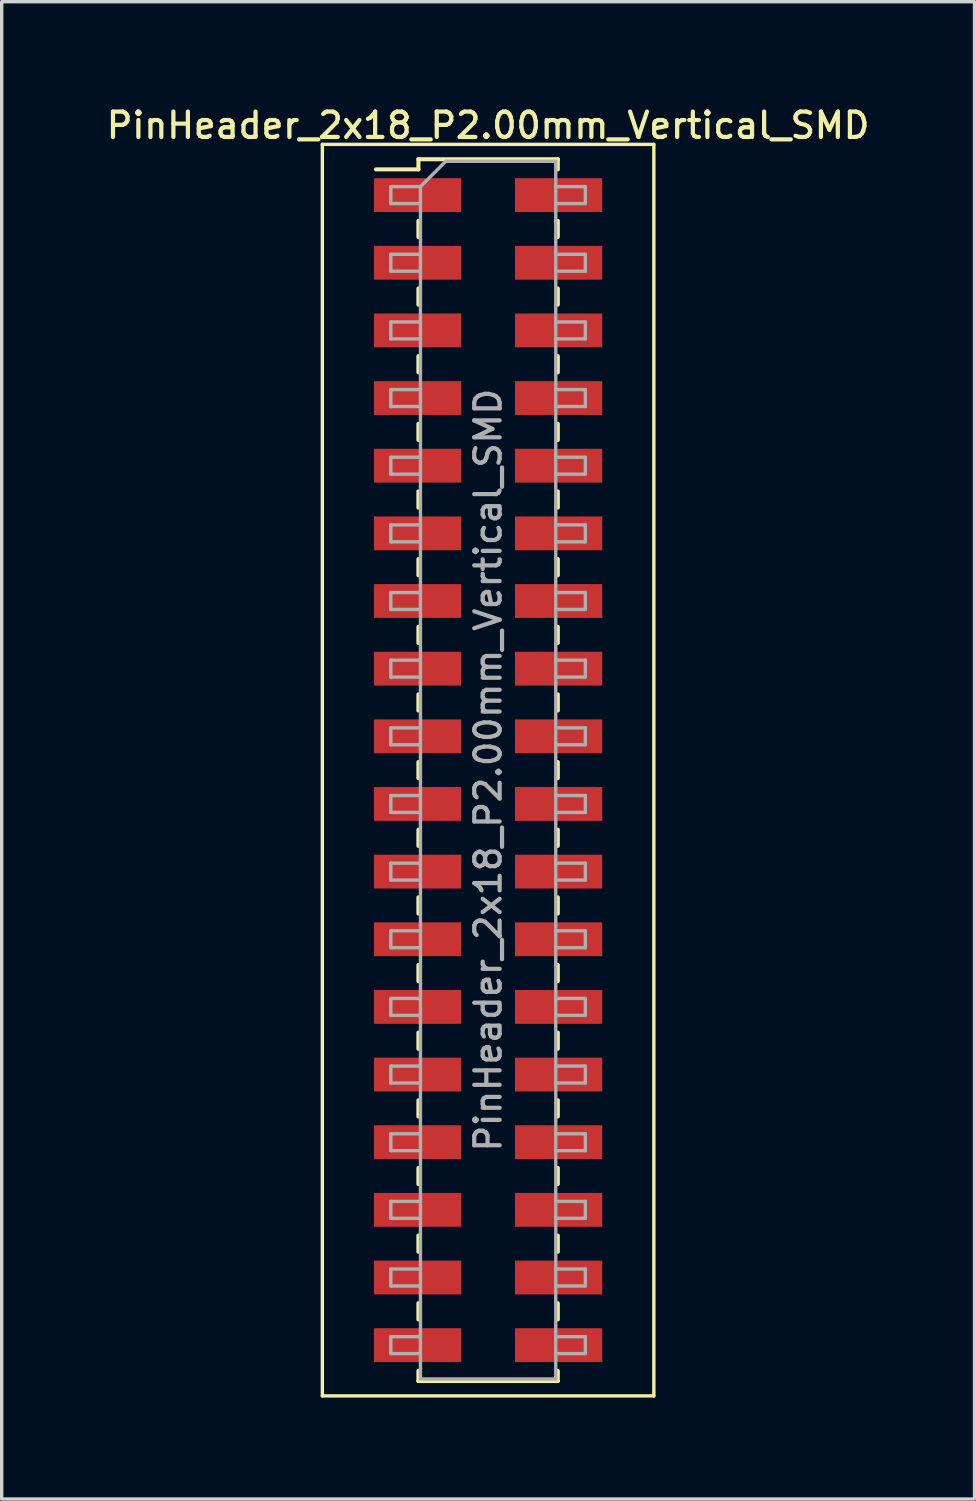
<source format=kicad_pcb>
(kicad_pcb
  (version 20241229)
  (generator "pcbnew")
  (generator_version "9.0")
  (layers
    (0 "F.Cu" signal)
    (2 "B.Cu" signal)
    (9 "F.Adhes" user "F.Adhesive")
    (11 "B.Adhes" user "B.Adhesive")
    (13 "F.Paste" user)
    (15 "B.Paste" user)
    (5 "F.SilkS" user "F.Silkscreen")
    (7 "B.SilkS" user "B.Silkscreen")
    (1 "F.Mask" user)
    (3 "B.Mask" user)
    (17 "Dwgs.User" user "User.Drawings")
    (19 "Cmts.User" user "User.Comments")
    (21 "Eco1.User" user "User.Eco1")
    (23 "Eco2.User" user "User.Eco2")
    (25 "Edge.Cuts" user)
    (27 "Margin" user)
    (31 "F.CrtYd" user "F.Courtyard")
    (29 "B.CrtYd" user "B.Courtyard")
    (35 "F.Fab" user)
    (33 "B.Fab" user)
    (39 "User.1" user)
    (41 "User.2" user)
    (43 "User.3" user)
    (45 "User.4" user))
  (footprint "PinHeader_2x18_P2.00mm_Vertical_SMD"
    (layer "F.Cu")
    (at 11.38 19.718)
    (property "Reference" "PinHeader_2x18_P2.00mm_Vertical_SMD" (at 0 -19.06 0) (layer "F.SilkS") (effects (font (size 0.75 0.75) (thickness 0.125))))
    (attr smd)
    (fp_line (start -4.9 -18.5) (end -4.9 18.5) (stroke (width 0.1) (type solid)) (layer "F.SilkS"))
    (fp_line (start -4.9 18.5) (end 4.9 18.5) (stroke (width 0.1) (type solid)) (layer "F.SilkS"))
    (fp_line (start -3.315 -17.76) (end -2.06 -17.76) (stroke (width 0.12) (type solid)) (layer "F.SilkS"))
    (fp_line (start -2.06 -18.06) (end -2.06 -17.76) (stroke (width 0.12) (type solid)) (layer "F.SilkS"))
    (fp_line (start -2.06 -18.06) (end 2.06 -18.06) (stroke (width 0.12) (type solid)) (layer "F.SilkS"))
    (fp_line (start -2.06 -16.24) (end -2.06 -15.76) (stroke (width 0.12) (type solid)) (layer "F.SilkS"))
    (fp_line (start -2.06 -14.24) (end -2.06 -13.76) (stroke (width 0.12) (type solid)) (layer "F.SilkS"))
    (fp_line (start -2.06 -12.24) (end -2.06 -11.76) (stroke (width 0.12) (type solid)) (layer "F.SilkS"))
    (fp_line (start -2.06 -10.24) (end -2.06 -9.76) (stroke (width 0.12) (type solid)) (layer "F.SilkS"))
    (fp_line (start -2.06 -8.24) (end -2.06 -7.76) (stroke (width 0.12) (type solid)) (layer "F.SilkS"))
    (fp_line (start -2.06 -6.24) (end -2.06 -5.76) (stroke (width 0.12) (type solid)) (layer "F.SilkS"))
    (fp_line (start -2.06 -4.24) (end -2.06 -3.76) (stroke (width 0.12) (type solid)) (layer "F.SilkS"))
    (fp_line (start -2.06 -2.24) (end -2.06 -1.76) (stroke (width 0.12) (type solid)) (layer "F.SilkS"))
    (fp_line (start -2.06 -0.24) (end -2.06 0.24) (stroke (width 0.12) (type solid)) (layer "F.SilkS"))
    (fp_line (start -2.06 1.76) (end -2.06 2.24) (stroke (width 0.12) (type solid)) (layer "F.SilkS"))
    (fp_line (start -2.06 3.76) (end -2.06 4.24) (stroke (width 0.12) (type solid)) (layer "F.SilkS"))
    (fp_line (start -2.06 5.76) (end -2.06 6.24) (stroke (width 0.12) (type solid)) (layer "F.SilkS"))
    (fp_line (start -2.06 7.76) (end -2.06 8.24) (stroke (width 0.12) (type solid)) (layer "F.SilkS"))
    (fp_line (start -2.06 9.76) (end -2.06 10.24) (stroke (width 0.12) (type solid)) (layer "F.SilkS"))
    (fp_line (start -2.06 11.76) (end -2.06 12.24) (stroke (width 0.12) (type solid)) (layer "F.SilkS"))
    (fp_line (start -2.06 13.76) (end -2.06 14.24) (stroke (width 0.12) (type solid)) (layer "F.SilkS"))
    (fp_line (start -2.06 15.76) (end -2.06 16.24) (stroke (width 0.12) (type solid)) (layer "F.SilkS"))
    (fp_line (start -2.06 17.76) (end -2.06 18.06) (stroke (width 0.12) (type solid)) (layer "F.SilkS"))
    (fp_line (start -2.06 18.06) (end 2.06 18.06) (stroke (width 0.12) (type solid)) (layer "F.SilkS"))
    (fp_line (start 2.06 -18.06) (end 2.06 -17.76) (stroke (width 0.12) (type solid)) (layer "F.SilkS"))
    (fp_line (start 2.06 -16.24) (end 2.06 -15.76) (stroke (width 0.12) (type solid)) (layer "F.SilkS"))
    (fp_line (start 2.06 -14.24) (end 2.06 -13.76) (stroke (width 0.12) (type solid)) (layer "F.SilkS"))
    (fp_line (start 2.06 -12.24) (end 2.06 -11.76) (stroke (width 0.12) (type solid)) (layer "F.SilkS"))
    (fp_line (start 2.06 -10.24) (end 2.06 -9.76) (stroke (width 0.12) (type solid)) (layer "F.SilkS"))
    (fp_line (start 2.06 -8.24) (end 2.06 -7.76) (stroke (width 0.12) (type solid)) (layer "F.SilkS"))
    (fp_line (start 2.06 -6.24) (end 2.06 -5.76) (stroke (width 0.12) (type solid)) (layer "F.SilkS"))
    (fp_line (start 2.06 -4.24) (end 2.06 -3.76) (stroke (width 0.12) (type solid)) (layer "F.SilkS"))
    (fp_line (start 2.06 -2.24) (end 2.06 -1.76) (stroke (width 0.12) (type solid)) (layer "F.SilkS"))
    (fp_line (start 2.06 -0.24) (end 2.06 0.24) (stroke (width 0.12) (type solid)) (layer "F.SilkS"))
    (fp_line (start 2.06 1.76) (end 2.06 2.24) (stroke (width 0.12) (type solid)) (layer "F.SilkS"))
    (fp_line (start 2.06 3.76) (end 2.06 4.24) (stroke (width 0.12) (type solid)) (layer "F.SilkS"))
    (fp_line (start 2.06 5.76) (end 2.06 6.24) (stroke (width 0.12) (type solid)) (layer "F.SilkS"))
    (fp_line (start 2.06 7.76) (end 2.06 8.24) (stroke (width 0.12) (type solid)) (layer "F.SilkS"))
    (fp_line (start 2.06 9.76) (end 2.06 10.24) (stroke (width 0.12) (type solid)) (layer "F.SilkS"))
    (fp_line (start 2.06 11.76) (end 2.06 12.24) (stroke (width 0.12) (type solid)) (layer "F.SilkS"))
    (fp_line (start 2.06 13.76) (end 2.06 14.24) (stroke (width 0.12) (type solid)) (layer "F.SilkS"))
    (fp_line (start 2.06 15.76) (end 2.06 16.24) (stroke (width 0.12) (type solid)) (layer "F.SilkS"))
    (fp_line (start 2.06 17.76) (end 2.06 18.06) (stroke (width 0.12) (type solid)) (layer "F.SilkS"))
    (fp_line (start 4.9 -18.5) (end -4.9 -18.5) (stroke (width 0.1) (type solid)) (layer "F.SilkS"))
    (fp_line (start 4.9 18.5) (end 4.9 -18.5) (stroke (width 0.1) (type solid)) (layer "F.SilkS"))
    (fp_line (start -2.875 -17.25) (end -2.875 -16.75) (stroke (width 0.1) (type solid)) (layer "F.Fab"))
    (fp_line (start -2.875 -16.75) (end -2 -16.75) (stroke (width 0.1) (type solid)) (layer "F.Fab"))
    (fp_line (start -2.875 -15.25) (end -2.875 -14.75) (stroke (width 0.1) (type solid)) (layer "F.Fab"))
    (fp_line (start -2.875 -14.75) (end -2 -14.75) (stroke (width 0.1) (type solid)) (layer "F.Fab"))
    (fp_line (start -2.875 -13.25) (end -2.875 -12.75) (stroke (width 0.1) (type solid)) (layer "F.Fab"))
    (fp_line (start -2.875 -12.75) (end -2 -12.75) (stroke (width 0.1) (type solid)) (layer "F.Fab"))
    (fp_line (start -2.875 -11.25) (end -2.875 -10.75) (stroke (width 0.1) (type solid)) (layer "F.Fab"))
    (fp_line (start -2.875 -10.75) (end -2 -10.75) (stroke (width 0.1) (type solid)) (layer "F.Fab"))
    (fp_line (start -2.875 -9.25) (end -2.875 -8.75) (stroke (width 0.1) (type solid)) (layer "F.Fab"))
    (fp_line (start -2.875 -8.75) (end -2 -8.75) (stroke (width 0.1) (type solid)) (layer "F.Fab"))
    (fp_line (start -2.875 -7.25) (end -2.875 -6.75) (stroke (width 0.1) (type solid)) (layer "F.Fab"))
    (fp_line (start -2.875 -6.75) (end -2 -6.75) (stroke (width 0.1) (type solid)) (layer "F.Fab"))
    (fp_line (start -2.875 -5.25) (end -2.875 -4.75) (stroke (width 0.1) (type solid)) (layer "F.Fab"))
    (fp_line (start -2.875 -4.75) (end -2 -4.75) (stroke (width 0.1) (type solid)) (layer "F.Fab"))
    (fp_line (start -2.875 -3.25) (end -2.875 -2.75) (stroke (width 0.1) (type solid)) (layer "F.Fab"))
    (fp_line (start -2.875 -2.75) (end -2 -2.75) (stroke (width 0.1) (type solid)) (layer "F.Fab"))
    (fp_line (start -2.875 -1.25) (end -2.875 -0.75) (stroke (width 0.1) (type solid)) (layer "F.Fab"))
    (fp_line (start -2.875 -0.75) (end -2 -0.75) (stroke (width 0.1) (type solid)) (layer "F.Fab"))
    (fp_line (start -2.875 0.75) (end -2.875 1.25) (stroke (width 0.1) (type solid)) (layer "F.Fab"))
    (fp_line (start -2.875 1.25) (end -2 1.25) (stroke (width 0.1) (type solid)) (layer "F.Fab"))
    (fp_line (start -2.875 2.75) (end -2.875 3.25) (stroke (width 0.1) (type solid)) (layer "F.Fab"))
    (fp_line (start -2.875 3.25) (end -2 3.25) (stroke (width 0.1) (type solid)) (layer "F.Fab"))
    (fp_line (start -2.875 4.75) (end -2.875 5.25) (stroke (width 0.1) (type solid)) (layer "F.Fab"))
    (fp_line (start -2.875 5.25) (end -2 5.25) (stroke (width 0.1) (type solid)) (layer "F.Fab"))
    (fp_line (start -2.875 6.75) (end -2.875 7.25) (stroke (width 0.1) (type solid)) (layer "F.Fab"))
    (fp_line (start -2.875 7.25) (end -2 7.25) (stroke (width 0.1) (type solid)) (layer "F.Fab"))
    (fp_line (start -2.875 8.75) (end -2.875 9.25) (stroke (width 0.1) (type solid)) (layer "F.Fab"))
    (fp_line (start -2.875 9.25) (end -2 9.25) (stroke (width 0.1) (type solid)) (layer "F.Fab"))
    (fp_line (start -2.875 10.75) (end -2.875 11.25) (stroke (width 0.1) (type solid)) (layer "F.Fab"))
    (fp_line (start -2.875 11.25) (end -2 11.25) (stroke (width 0.1) (type solid)) (layer "F.Fab"))
    (fp_line (start -2.875 12.75) (end -2.875 13.25) (stroke (width 0.1) (type solid)) (layer "F.Fab"))
    (fp_line (start -2.875 13.25) (end -2 13.25) (stroke (width 0.1) (type solid)) (layer "F.Fab"))
    (fp_line (start -2.875 14.75) (end -2.875 15.25) (stroke (width 0.1) (type solid)) (layer "F.Fab"))
    (fp_line (start -2.875 15.25) (end -2 15.25) (stroke (width 0.1) (type solid)) (layer "F.Fab"))
    (fp_line (start -2.875 16.75) (end -2.875 17.25) (stroke (width 0.1) (type solid)) (layer "F.Fab"))
    (fp_line (start -2.875 17.25) (end -2 17.25) (stroke (width 0.1) (type solid)) (layer "F.Fab"))
    (fp_line (start -2 -17.25) (end -2.875 -17.25) (stroke (width 0.1) (type solid)) (layer "F.Fab"))
    (fp_line (start -2 -17.25) (end -1.25 -18) (stroke (width 0.1) (type solid)) (layer "F.Fab"))
    (fp_line (start -2 -15.25) (end -2.875 -15.25) (stroke (width 0.1) (type solid)) (layer "F.Fab"))
    (fp_line (start -2 -13.25) (end -2.875 -13.25) (stroke (width 0.1) (type solid)) (layer "F.Fab"))
    (fp_line (start -2 -11.25) (end -2.875 -11.25) (stroke (width 0.1) (type solid)) (layer "F.Fab"))
    (fp_line (start -2 -9.25) (end -2.875 -9.25) (stroke (width 0.1) (type solid)) (layer "F.Fab"))
    (fp_line (start -2 -7.25) (end -2.875 -7.25) (stroke (width 0.1) (type solid)) (layer "F.Fab"))
    (fp_line (start -2 -5.25) (end -2.875 -5.25) (stroke (width 0.1) (type solid)) (layer "F.Fab"))
    (fp_line (start -2 -3.25) (end -2.875 -3.25) (stroke (width 0.1) (type solid)) (layer "F.Fab"))
    (fp_line (start -2 -1.25) (end -2.875 -1.25) (stroke (width 0.1) (type solid)) (layer "F.Fab"))
    (fp_line (start -2 0.75) (end -2.875 0.75) (stroke (width 0.1) (type solid)) (layer "F.Fab"))
    (fp_line (start -2 2.75) (end -2.875 2.75) (stroke (width 0.1) (type solid)) (layer "F.Fab"))
    (fp_line (start -2 4.75) (end -2.875 4.75) (stroke (width 0.1) (type solid)) (layer "F.Fab"))
    (fp_line (start -2 6.75) (end -2.875 6.75) (stroke (width 0.1) (type solid)) (layer "F.Fab"))
    (fp_line (start -2 8.75) (end -2.875 8.75) (stroke (width 0.1) (type solid)) (layer "F.Fab"))
    (fp_line (start -2 10.75) (end -2.875 10.75) (stroke (width 0.1) (type solid)) (layer "F.Fab"))
    (fp_line (start -2 12.75) (end -2.875 12.75) (stroke (width 0.1) (type solid)) (layer "F.Fab"))
    (fp_line (start -2 14.75) (end -2.875 14.75) (stroke (width 0.1) (type solid)) (layer "F.Fab"))
    (fp_line (start -2 16.75) (end -2.875 16.75) (stroke (width 0.1) (type solid)) (layer "F.Fab"))
    (fp_line (start -2 18) (end -2 -17.25) (stroke (width 0.1) (type solid)) (layer "F.Fab"))
    (fp_line (start -1.25 -18) (end 2 -18) (stroke (width 0.1) (type solid)) (layer "F.Fab"))
    (fp_line (start 2 -18) (end 2 18) (stroke (width 0.1) (type solid)) (layer "F.Fab"))
    (fp_line (start 2 -17.25) (end 2.875 -17.25) (stroke (width 0.1) (type solid)) (layer "F.Fab"))
    (fp_line (start 2 -15.25) (end 2.875 -15.25) (stroke (width 0.1) (type solid)) (layer "F.Fab"))
    (fp_line (start 2 -13.25) (end 2.875 -13.25) (stroke (width 0.1) (type solid)) (layer "F.Fab"))
    (fp_line (start 2 -11.25) (end 2.875 -11.25) (stroke (width 0.1) (type solid)) (layer "F.Fab"))
    (fp_line (start 2 -9.25) (end 2.875 -9.25) (stroke (width 0.1) (type solid)) (layer "F.Fab"))
    (fp_line (start 2 -7.25) (end 2.875 -7.25) (stroke (width 0.1) (type solid)) (layer "F.Fab"))
    (fp_line (start 2 -5.25) (end 2.875 -5.25) (stroke (width 0.1) (type solid)) (layer "F.Fab"))
    (fp_line (start 2 -3.25) (end 2.875 -3.25) (stroke (width 0.1) (type solid)) (layer "F.Fab"))
    (fp_line (start 2 -1.25) (end 2.875 -1.25) (stroke (width 0.1) (type solid)) (layer "F.Fab"))
    (fp_line (start 2 0.75) (end 2.875 0.75) (stroke (width 0.1) (type solid)) (layer "F.Fab"))
    (fp_line (start 2 2.75) (end 2.875 2.75) (stroke (width 0.1) (type solid)) (layer "F.Fab"))
    (fp_line (start 2 4.75) (end 2.875 4.75) (stroke (width 0.1) (type solid)) (layer "F.Fab"))
    (fp_line (start 2 6.75) (end 2.875 6.75) (stroke (width 0.1) (type solid)) (layer "F.Fab"))
    (fp_line (start 2 8.75) (end 2.875 8.75) (stroke (width 0.1) (type solid)) (layer "F.Fab"))
    (fp_line (start 2 10.75) (end 2.875 10.75) (stroke (width 0.1) (type solid)) (layer "F.Fab"))
    (fp_line (start 2 12.75) (end 2.875 12.75) (stroke (width 0.1) (type solid)) (layer "F.Fab"))
    (fp_line (start 2 14.75) (end 2.875 14.75) (stroke (width 0.1) (type solid)) (layer "F.Fab"))
    (fp_line (start 2 16.75) (end 2.875 16.75) (stroke (width 0.1) (type solid)) (layer "F.Fab"))
    (fp_line (start 2 18) (end -2 18) (stroke (width 0.1) (type solid)) (layer "F.Fab"))
    (fp_line (start 2.875 -17.25) (end 2.875 -16.75) (stroke (width 0.1) (type solid)) (layer "F.Fab"))
    (fp_line (start 2.875 -16.75) (end 2 -16.75) (stroke (width 0.1) (type solid)) (layer "F.Fab"))
    (fp_line (start 2.875 -15.25) (end 2.875 -14.75) (stroke (width 0.1) (type solid)) (layer "F.Fab"))
    (fp_line (start 2.875 -14.75) (end 2 -14.75) (stroke (width 0.1) (type solid)) (layer "F.Fab"))
    (fp_line (start 2.875 -13.25) (end 2.875 -12.75) (stroke (width 0.1) (type solid)) (layer "F.Fab"))
    (fp_line (start 2.875 -12.75) (end 2 -12.75) (stroke (width 0.1) (type solid)) (layer "F.Fab"))
    (fp_line (start 2.875 -11.25) (end 2.875 -10.75) (stroke (width 0.1) (type solid)) (layer "F.Fab"))
    (fp_line (start 2.875 -10.75) (end 2 -10.75) (stroke (width 0.1) (type solid)) (layer "F.Fab"))
    (fp_line (start 2.875 -9.25) (end 2.875 -8.75) (stroke (width 0.1) (type solid)) (layer "F.Fab"))
    (fp_line (start 2.875 -8.75) (end 2 -8.75) (stroke (width 0.1) (type solid)) (layer "F.Fab"))
    (fp_line (start 2.875 -7.25) (end 2.875 -6.75) (stroke (width 0.1) (type solid)) (layer "F.Fab"))
    (fp_line (start 2.875 -6.75) (end 2 -6.75) (stroke (width 0.1) (type solid)) (layer "F.Fab"))
    (fp_line (start 2.875 -5.25) (end 2.875 -4.75) (stroke (width 0.1) (type solid)) (layer "F.Fab"))
    (fp_line (start 2.875 -4.75) (end 2 -4.75) (stroke (width 0.1) (type solid)) (layer "F.Fab"))
    (fp_line (start 2.875 -3.25) (end 2.875 -2.75) (stroke (width 0.1) (type solid)) (layer "F.Fab"))
    (fp_line (start 2.875 -2.75) (end 2 -2.75) (stroke (width 0.1) (type solid)) (layer "F.Fab"))
    (fp_line (start 2.875 -1.25) (end 2.875 -0.75) (stroke (width 0.1) (type solid)) (layer "F.Fab"))
    (fp_line (start 2.875 -0.75) (end 2 -0.75) (stroke (width 0.1) (type solid)) (layer "F.Fab"))
    (fp_line (start 2.875 0.75) (end 2.875 1.25) (stroke (width 0.1) (type solid)) (layer "F.Fab"))
    (fp_line (start 2.875 1.25) (end 2 1.25) (stroke (width 0.1) (type solid)) (layer "F.Fab"))
    (fp_line (start 2.875 2.75) (end 2.875 3.25) (stroke (width 0.1) (type solid)) (layer "F.Fab"))
    (fp_line (start 2.875 3.25) (end 2 3.25) (stroke (width 0.1) (type solid)) (layer "F.Fab"))
    (fp_line (start 2.875 4.75) (end 2.875 5.25) (stroke (width 0.1) (type solid)) (layer "F.Fab"))
    (fp_line (start 2.875 5.25) (end 2 5.25) (stroke (width 0.1) (type solid)) (layer "F.Fab"))
    (fp_line (start 2.875 6.75) (end 2.875 7.25) (stroke (width 0.1) (type solid)) (layer "F.Fab"))
    (fp_line (start 2.875 7.25) (end 2 7.25) (stroke (width 0.1) (type solid)) (layer "F.Fab"))
    (fp_line (start 2.875 8.75) (end 2.875 9.25) (stroke (width 0.1) (type solid)) (layer "F.Fab"))
    (fp_line (start 2.875 9.25) (end 2 9.25) (stroke (width 0.1) (type solid)) (layer "F.Fab"))
    (fp_line (start 2.875 10.75) (end 2.875 11.25) (stroke (width 0.1) (type solid)) (layer "F.Fab"))
    (fp_line (start 2.875 11.25) (end 2 11.25) (stroke (width 0.1) (type solid)) (layer "F.Fab"))
    (fp_line (start 2.875 12.75) (end 2.875 13.25) (stroke (width 0.1) (type solid)) (layer "F.Fab"))
    (fp_line (start 2.875 13.25) (end 2 13.25) (stroke (width 0.1) (type solid)) (layer "F.Fab"))
    (fp_line (start 2.875 14.75) (end 2.875 15.25) (stroke (width 0.1) (type solid)) (layer "F.Fab"))
    (fp_line (start 2.875 15.25) (end 2 15.25) (stroke (width 0.1) (type solid)) (layer "F.Fab"))
    (fp_line (start 2.875 16.75) (end 2.875 17.25) (stroke (width 0.1) (type solid)) (layer "F.Fab"))
    (fp_line (start 2.875 17.25) (end 2 17.25) (stroke (width 0.1) (type solid)) (layer "F.Fab"))
    (fp_text user "${REFERENCE}" (at 0 0 90) (layer "F.Fab") (effects (font (size 0.75 0.75) (thickness 0.125))))
    (pad "1" smd rect (at -2.085 -17) (size 2.58 1) (layers "F.Cu" "F.Mask" "F.Paste"))
    (pad "2" smd rect (at 2.085 -17) (size 2.58 1) (layers "F.Cu" "F.Mask" "F.Paste"))
    (pad "3" smd rect (at -2.085 -15) (size 2.58 1) (layers "F.Cu" "F.Mask" "F.Paste"))
    (pad "4" smd rect (at 2.085 -15) (size 2.58 1) (layers "F.Cu" "F.Mask" "F.Paste"))
    (pad "5" smd rect (at -2.085 -13) (size 2.58 1) (layers "F.Cu" "F.Mask" "F.Paste"))
    (pad "6" smd rect (at 2.085 -13) (size 2.58 1) (layers "F.Cu" "F.Mask" "F.Paste"))
    (pad "7" smd rect (at -2.085 -11) (size 2.58 1) (layers "F.Cu" "F.Mask" "F.Paste"))
    (pad "8" smd rect (at 2.085 -11) (size 2.58 1) (layers "F.Cu" "F.Mask" "F.Paste"))
    (pad "9" smd rect (at -2.085 -9) (size 2.58 1) (layers "F.Cu" "F.Mask" "F.Paste"))
    (pad "10" smd rect (at 2.085 -9) (size 2.58 1) (layers "F.Cu" "F.Mask" "F.Paste"))
    (pad "11" smd rect (at -2.085 -7) (size 2.58 1) (layers "F.Cu" "F.Mask" "F.Paste"))
    (pad "12" smd rect (at 2.085 -7) (size 2.58 1) (layers "F.Cu" "F.Mask" "F.Paste"))
    (pad "13" smd rect (at -2.085 -5) (size 2.58 1) (layers "F.Cu" "F.Mask" "F.Paste"))
    (pad "14" smd rect (at 2.085 -5) (size 2.58 1) (layers "F.Cu" "F.Mask" "F.Paste"))
    (pad "15" smd rect (at -2.085 -3) (size 2.58 1) (layers "F.Cu" "F.Mask" "F.Paste"))
    (pad "16" smd rect (at 2.085 -3) (size 2.58 1) (layers "F.Cu" "F.Mask" "F.Paste"))
    (pad "17" smd rect (at -2.085 -1) (size 2.58 1) (layers "F.Cu" "F.Mask" "F.Paste"))
    (pad "18" smd rect (at 2.085 -1) (size 2.58 1) (layers "F.Cu" "F.Mask" "F.Paste"))
    (pad "19" smd rect (at -2.085 1) (size 2.58 1) (layers "F.Cu" "F.Mask" "F.Paste"))
    (pad "20" smd rect (at 2.085 1) (size 2.58 1) (layers "F.Cu" "F.Mask" "F.Paste"))
    (pad "21" smd rect (at -2.085 3) (size 2.58 1) (layers "F.Cu" "F.Mask" "F.Paste"))
    (pad "22" smd rect (at 2.085 3) (size 2.58 1) (layers "F.Cu" "F.Mask" "F.Paste"))
    (pad "23" smd rect (at -2.085 5) (size 2.58 1) (layers "F.Cu" "F.Mask" "F.Paste"))
    (pad "24" smd rect (at 2.085 5) (size 2.58 1) (layers "F.Cu" "F.Mask" "F.Paste"))
    (pad "25" smd rect (at -2.085 7) (size 2.58 1) (layers "F.Cu" "F.Mask" "F.Paste"))
    (pad "26" smd rect (at 2.085 7) (size 2.58 1) (layers "F.Cu" "F.Mask" "F.Paste"))
    (pad "27" smd rect (at -2.085 9) (size 2.58 1) (layers "F.Cu" "F.Mask" "F.Paste"))
    (pad "28" smd rect (at 2.085 9) (size 2.58 1) (layers "F.Cu" "F.Mask" "F.Paste"))
    (pad "29" smd rect (at -2.085 11) (size 2.58 1) (layers "F.Cu" "F.Mask" "F.Paste"))
    (pad "30" smd rect (at 2.085 11) (size 2.58 1) (layers "F.Cu" "F.Mask" "F.Paste"))
    (pad "31" smd rect (at -2.085 13) (size 2.58 1) (layers "F.Cu" "F.Mask" "F.Paste"))
    (pad "32" smd rect (at 2.085 13) (size 2.58 1) (layers "F.Cu" "F.Mask" "F.Paste"))
    (pad "33" smd rect (at -2.085 15) (size 2.58 1) (layers "F.Cu" "F.Mask" "F.Paste"))
    (pad "34" smd rect (at 2.085 15) (size 2.58 1) (layers "F.Cu" "F.Mask" "F.Paste"))
    (pad "35" smd rect (at -2.085 17) (size 2.58 1) (layers "F.Cu" "F.Mask" "F.Paste"))
    (pad "36" smd rect (at 2.085 17) (size 2.58 1) (layers "F.Cu" "F.Mask" "F.Paste")))
  (gr_rect
    (start -3 -3)
    (end 25.761 41.268)
    (stroke (width 0.1) (type default))
    (fill no)
    (layer "Edge.Cuts")))
</source>
